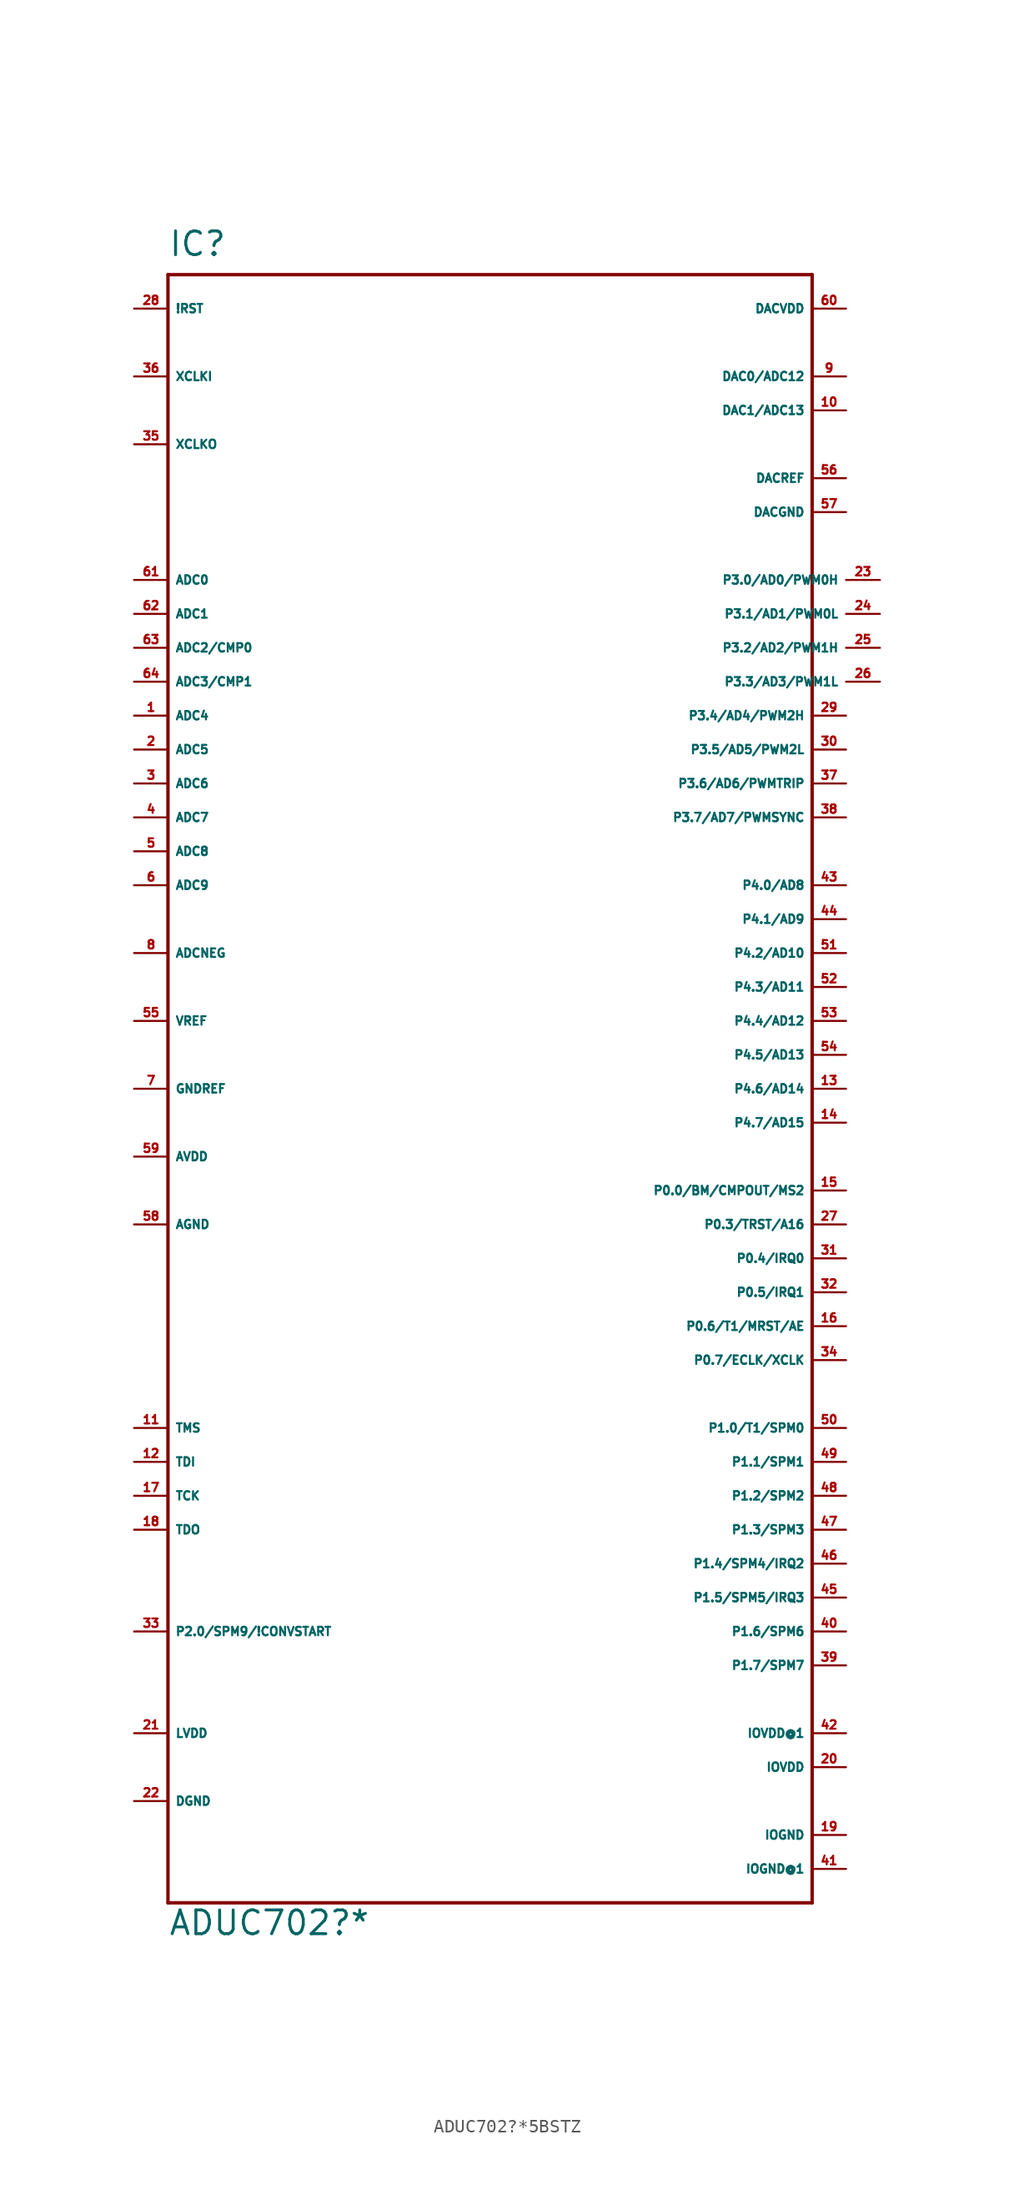
<source format=kicad_sym>
(kicad_symbol_lib
  (version 20220914)
  (generator Eagle2Kicad)
  (symbol "ADUC702?*5BSTZ"
    (property "Reference" "IC"
      (at -22.86 59.69 0)
      (effects (font (size 1.778 1.778) (thickness 0.22)) (justify left bottom)))
    (property "Value" "ADUC702?*"
      (at -22.86 -66.04 0)
      (effects (font (size 1.778 1.778) (thickness 0.22)) (justify left bottom)))
    (polyline
      (pts (xy -22.86 58.42) (xy 25.4 58.42))
      (stroke (width 0.254) (type default))
      (fill (type none)))
    (polyline
      (pts (xy 25.4 58.42) (xy 25.4 -63.5))
      (stroke (width 0.254) (type default))
      (fill (type none)))
    (polyline
      (pts (xy 25.4 -63.5) (xy -22.86 -63.5))
      (stroke (width 0.254) (type default))
      (fill (type none)))
    (polyline
      (pts (xy -22.86 -63.5) (xy -22.86 58.42))
      (stroke (width 0.254) (type default))
      (fill (type none)))
    (pin input line
      (at -25.4 35.56 0)
      (length 2.54)
      (name "ADC0" (effects (font (size 0.635 0.635) (thickness 0.08)) (justify left bottom)))
      (number "61" (effects (font (size 0.635 0.635) (thickness 0.08)) (justify left bottom))))
    (pin input line
      (at -25.4 33.02 0)
      (length 2.54)
      (name "ADC1" (effects (font (size 0.635 0.635) (thickness 0.08)) (justify left bottom)))
      (number "62" (effects (font (size 0.635 0.635) (thickness 0.08)) (justify left bottom))))
    (pin input line
      (at -25.4 30.48 0)
      (length 2.54)
      (name "ADC2/CMP0" (effects (font (size 0.635 0.635) (thickness 0.08)) (justify left bottom)))
      (number "63" (effects (font (size 0.635 0.635) (thickness 0.08)) (justify left bottom))))
    (pin input line
      (at -25.4 27.94 0)
      (length 2.54)
      (name "ADC3/CMP1" (effects (font (size 0.635 0.635) (thickness 0.08)) (justify left bottom)))
      (number "64" (effects (font (size 0.635 0.635) (thickness 0.08)) (justify left bottom))))
    (pin input line
      (at -25.4 25.4 0)
      (length 2.54)
      (name "ADC4" (effects (font (size 0.635 0.635) (thickness 0.08)) (justify left bottom)))
      (number "1" (effects (font (size 0.635 0.635) (thickness 0.08)) (justify left bottom))))
    (pin input line
      (at -25.4 22.86 0)
      (length 2.54)
      (name "ADC5" (effects (font (size 0.635 0.635) (thickness 0.08)) (justify left bottom)))
      (number "2" (effects (font (size 0.635 0.635) (thickness 0.08)) (justify left bottom))))
    (pin input line
      (at -25.4 20.32 0)
      (length 2.54)
      (name "ADC6" (effects (font (size 0.635 0.635) (thickness 0.08)) (justify left bottom)))
      (number "3" (effects (font (size 0.635 0.635) (thickness 0.08)) (justify left bottom))))
    (pin input line
      (at -25.4 17.78 0)
      (length 2.54)
      (name "ADC7" (effects (font (size 0.635 0.635) (thickness 0.08)) (justify left bottom)))
      (number "4" (effects (font (size 0.635 0.635) (thickness 0.08)) (justify left bottom))))
    (pin input line
      (at -25.4 15.24 0)
      (length 2.54)
      (name "ADC8" (effects (font (size 0.635 0.635) (thickness 0.08)) (justify left bottom)))
      (number "5" (effects (font (size 0.635 0.635) (thickness 0.08)) (justify left bottom))))
    (pin input line
      (at -25.4 12.7 0)
      (length 2.54)
      (name "ADC9" (effects (font (size 0.635 0.635) (thickness 0.08)) (justify left bottom)))
      (number "6" (effects (font (size 0.635 0.635) (thickness 0.08)) (justify left bottom))))
    (pin passive line
      (at -25.4 2.54 0)
      (length 2.54)
      (name "VREF" (effects (font (size 0.635 0.635) (thickness 0.08)) (justify left bottom)))
      (number "55" (effects (font (size 0.635 0.635) (thickness 0.08)) (justify left bottom))))
    (pin input line
      (at -25.4 55.88 0)
      (length 2.54)
      (name "!RST" (effects (font (size 0.635 0.635) (thickness 0.08)) (justify left bottom)))
      (number "28" (effects (font (size 0.635 0.635) (thickness 0.08)) (justify left bottom))))
    (pin input line
      (at -25.4 50.8 0)
      (length 2.54)
      (name "XCLKI" (effects (font (size 0.635 0.635) (thickness 0.08)) (justify left bottom)))
      (number "36" (effects (font (size 0.635 0.635) (thickness 0.08)) (justify left bottom))))
    (pin output line
      (at -25.4 45.72 0)
      (length 2.54)
      (name "XCLKO" (effects (font (size 0.635 0.635) (thickness 0.08)) (justify left bottom)))
      (number "35" (effects (font (size 0.635 0.635) (thickness 0.08)) (justify left bottom))))
    (pin input line
      (at 27.94 50.8 180)
      (length 2.54)
      (name "DAC0/ADC12" (effects (font (size 0.635 0.635) (thickness 0.08)) (justify left bottom)))
      (number "9" (effects (font (size 0.635 0.635) (thickness 0.08)) (justify left bottom))))
    (pin input line
      (at 27.94 48.26 180)
      (length 2.54)
      (name "DAC1/ADC13" (effects (font (size 0.635 0.635) (thickness 0.08)) (justify left bottom)))
      (number "10" (effects (font (size 0.635 0.635) (thickness 0.08)) (justify left bottom))))
    (pin output line
      (at 30.48 35.56 180)
      (length 2.54)
      (name "P3.0/AD0/PWM0H" (effects (font (size 0.635 0.635) (thickness 0.08)) (justify left bottom)))
      (number "23" (effects (font (size 0.635 0.635) (thickness 0.08)) (justify left bottom))))
    (pin output line
      (at 30.48 33.02 180)
      (length 2.54)
      (name "P3.1/AD1/PWM0L" (effects (font (size 0.635 0.635) (thickness 0.08)) (justify left bottom)))
      (number "24" (effects (font (size 0.635 0.635) (thickness 0.08)) (justify left bottom))))
    (pin output line
      (at 30.48 30.48 180)
      (length 2.54)
      (name "P3.2/AD2/PWM1H" (effects (font (size 0.635 0.635) (thickness 0.08)) (justify left bottom)))
      (number "25" (effects (font (size 0.635 0.635) (thickness 0.08)) (justify left bottom))))
    (pin output line
      (at 30.48 27.94 180)
      (length 2.54)
      (name "P3.3/AD3/PWM1L" (effects (font (size 0.635 0.635) (thickness 0.08)) (justify left bottom)))
      (number "26" (effects (font (size 0.635 0.635) (thickness 0.08)) (justify left bottom))))
    (pin output line
      (at 27.94 25.4 180)
      (length 2.54)
      (name "P3.4/AD4/PWM2H" (effects (font (size 0.635 0.635) (thickness 0.08)) (justify left bottom)))
      (number "29" (effects (font (size 0.635 0.635) (thickness 0.08)) (justify left bottom))))
    (pin output line
      (at 27.94 22.86 180)
      (length 2.54)
      (name "P3.5/AD5/PWM2L" (effects (font (size 0.635 0.635) (thickness 0.08)) (justify left bottom)))
      (number "30" (effects (font (size 0.635 0.635) (thickness 0.08)) (justify left bottom))))
    (pin input line
      (at -25.4 -2.54 0)
      (length 2.54)
      (name "GNDREF" (effects (font (size 0.635 0.635) (thickness 0.08)) (justify left bottom)))
      (number "7" (effects (font (size 0.635 0.635) (thickness 0.08)) (justify left bottom))))
    (pin unspecified line
      (at -25.4 -12.7 0)
      (length 2.54)
      (name "AGND" (effects (font (size 0.635 0.635) (thickness 0.08)) (justify left bottom)))
      (number "58" (effects (font (size 0.635 0.635) (thickness 0.08)) (justify left bottom))))
    (pin unspecified line
      (at -25.4 -7.62 0)
      (length 2.54)
      (name "AVDD" (effects (font (size 0.635 0.635) (thickness 0.08)) (justify left bottom)))
      (number "59" (effects (font (size 0.635 0.635) (thickness 0.08)) (justify left bottom))))
    (pin unspecified line
      (at 27.94 -58.42 180)
      (length 2.54)
      (name "IOGND" (effects (font (size 0.635 0.635) (thickness 0.08)) (justify left bottom)))
      (number "19" (effects (font (size 0.635 0.635) (thickness 0.08)) (justify left bottom))))
    (pin unspecified line
      (at 27.94 -53.34 180)
      (length 2.54)
      (name "IOVDD" (effects (font (size 0.635 0.635) (thickness 0.08)) (justify left bottom)))
      (number "20" (effects (font (size 0.635 0.635) (thickness 0.08)) (justify left bottom))))
    (pin unspecified line
      (at 27.94 -50.8 180)
      (length 2.54)
      (name "IOVDD@1" (effects (font (size 0.635 0.635) (thickness 0.08)) (justify left bottom)))
      (number "42" (effects (font (size 0.635 0.635) (thickness 0.08)) (justify left bottom))))
    (pin unspecified line
      (at 27.94 -60.96 180)
      (length 2.54)
      (name "IOGND@1" (effects (font (size 0.635 0.635) (thickness 0.08)) (justify left bottom)))
      (number "41" (effects (font (size 0.635 0.635) (thickness 0.08)) (justify left bottom))))
    (pin unspecified line
      (at -25.4 -55.88 0)
      (length 2.54)
      (name "DGND" (effects (font (size 0.635 0.635) (thickness 0.08)) (justify left bottom)))
      (number "22" (effects (font (size 0.635 0.635) (thickness 0.08)) (justify left bottom))))
    (pin output line
      (at -25.4 -50.8 0)
      (length 2.54)
      (name "LVDD" (effects (font (size 0.635 0.635) (thickness 0.08)) (justify left bottom)))
      (number "21" (effects (font (size 0.635 0.635) (thickness 0.08)) (justify left bottom))))
    (pin unspecified line
      (at 27.94 55.88 180)
      (length 2.54)
      (name "DACVDD" (effects (font (size 0.635 0.635) (thickness 0.08)) (justify left bottom)))
      (number "60" (effects (font (size 0.635 0.635) (thickness 0.08)) (justify left bottom))))
    (pin unspecified line
      (at 27.94 40.64 180)
      (length 2.54)
      (name "DACGND" (effects (font (size 0.635 0.635) (thickness 0.08)) (justify left bottom)))
      (number "57" (effects (font (size 0.635 0.635) (thickness 0.08)) (justify left bottom))))
    (pin output line
      (at 27.94 20.32 180)
      (length 2.54)
      (name "P3.6/AD6/PWMTRIP" (effects (font (size 0.635 0.635) (thickness 0.08)) (justify left bottom)))
      (number "37" (effects (font (size 0.635 0.635) (thickness 0.08)) (justify left bottom))))
    (pin output line
      (at 27.94 17.78 180)
      (length 2.54)
      (name "P3.7/AD7/PWMSYNC" (effects (font (size 0.635 0.635) (thickness 0.08)) (justify left bottom)))
      (number "38" (effects (font (size 0.635 0.635) (thickness 0.08)) (justify left bottom))))
    (pin bidirectional line
      (at 27.94 -22.86 180)
      (length 2.54)
      (name "P0.7/ECLK/XCLK" (effects (font (size 0.635 0.635) (thickness 0.08)) (justify left bottom)))
      (number "34" (effects (font (size 0.635 0.635) (thickness 0.08)) (justify left bottom))))
    (pin bidirectional line
      (at 27.94 -15.24 180)
      (length 2.54)
      (name "P0.4/IRQ0" (effects (font (size 0.635 0.635) (thickness 0.08)) (justify left bottom)))
      (number "31" (effects (font (size 0.635 0.635) (thickness 0.08)) (justify left bottom))))
    (pin bidirectional line
      (at 27.94 -17.78 180)
      (length 2.54)
      (name "P0.5/IRQ1" (effects (font (size 0.635 0.635) (thickness 0.08)) (justify left bottom)))
      (number "32" (effects (font (size 0.635 0.635) (thickness 0.08)) (justify left bottom))))
    (pin bidirectional line
      (at 27.94 -12.7 180)
      (length 2.54)
      (name "P0.3/TRST/A16" (effects (font (size 0.635 0.635) (thickness 0.08)) (justify left bottom)))
      (number "27" (effects (font (size 0.635 0.635) (thickness 0.08)) (justify left bottom))))
    (pin bidirectional line
      (at 27.94 -20.32 180)
      (length 2.54)
      (name "P0.6/T1/MRST/AE" (effects (font (size 0.635 0.635) (thickness 0.08)) (justify left bottom)))
      (number "16" (effects (font (size 0.635 0.635) (thickness 0.08)) (justify left bottom))))
    (pin bidirectional line
      (at 27.94 -10.16 180)
      (length 2.54)
      (name "P0.0/BM/CMPOUT/MS2" (effects (font (size 0.635 0.635) (thickness 0.08)) (justify left bottom)))
      (number "15" (effects (font (size 0.635 0.635) (thickness 0.08)) (justify left bottom))))
    (pin bidirectional line
      (at -25.4 -43.18 0)
      (length 2.54)
      (name "P2.0/SPM9/!CONVSTART" (effects (font (size 0.635 0.635) (thickness 0.08)) (justify left bottom)))
      (number "33" (effects (font (size 0.635 0.635) (thickness 0.08)) (justify left bottom))))
    (pin bidirectional line
      (at 27.94 12.7 180)
      (length 2.54)
      (name "P4.0/AD8" (effects (font (size 0.635 0.635) (thickness 0.08)) (justify left bottom)))
      (number "43" (effects (font (size 0.635 0.635) (thickness 0.08)) (justify left bottom))))
    (pin bidirectional line
      (at 27.94 10.16 180)
      (length 2.54)
      (name "P4.1/AD9" (effects (font (size 0.635 0.635) (thickness 0.08)) (justify left bottom)))
      (number "44" (effects (font (size 0.635 0.635) (thickness 0.08)) (justify left bottom))))
    (pin bidirectional line
      (at 27.94 7.62 180)
      (length 2.54)
      (name "P4.2/AD10" (effects (font (size 0.635 0.635) (thickness 0.08)) (justify left bottom)))
      (number "51" (effects (font (size 0.635 0.635) (thickness 0.08)) (justify left bottom))))
    (pin bidirectional line
      (at 27.94 5.08 180)
      (length 2.54)
      (name "P4.3/AD11" (effects (font (size 0.635 0.635) (thickness 0.08)) (justify left bottom)))
      (number "52" (effects (font (size 0.635 0.635) (thickness 0.08)) (justify left bottom))))
    (pin bidirectional line
      (at 27.94 2.54 180)
      (length 2.54)
      (name "P4.4/AD12" (effects (font (size 0.635 0.635) (thickness 0.08)) (justify left bottom)))
      (number "53" (effects (font (size 0.635 0.635) (thickness 0.08)) (justify left bottom))))
    (pin bidirectional line
      (at 27.94 0 180)
      (length 2.54)
      (name "P4.5/AD13" (effects (font (size 0.635 0.635) (thickness 0.08)) (justify left bottom)))
      (number "54" (effects (font (size 0.635 0.635) (thickness 0.08)) (justify left bottom))))
    (pin bidirectional line
      (at 27.94 -2.54 180)
      (length 2.54)
      (name "P4.6/AD14" (effects (font (size 0.635 0.635) (thickness 0.08)) (justify left bottom)))
      (number "13" (effects (font (size 0.635 0.635) (thickness 0.08)) (justify left bottom))))
    (pin bidirectional line
      (at 27.94 -5.08 180)
      (length 2.54)
      (name "P4.7/AD15" (effects (font (size 0.635 0.635) (thickness 0.08)) (justify left bottom)))
      (number "14" (effects (font (size 0.635 0.635) (thickness 0.08)) (justify left bottom))))
    (pin bidirectional line
      (at 27.94 -27.94 180)
      (length 2.54)
      (name "P1.0/T1/SPM0" (effects (font (size 0.635 0.635) (thickness 0.08)) (justify left bottom)))
      (number "50" (effects (font (size 0.635 0.635) (thickness 0.08)) (justify left bottom))))
    (pin bidirectional line
      (at 27.94 -30.48 180)
      (length 2.54)
      (name "P1.1/SPM1" (effects (font (size 0.635 0.635) (thickness 0.08)) (justify left bottom)))
      (number "49" (effects (font (size 0.635 0.635) (thickness 0.08)) (justify left bottom))))
    (pin bidirectional line
      (at 27.94 -33.02 180)
      (length 2.54)
      (name "P1.2/SPM2" (effects (font (size 0.635 0.635) (thickness 0.08)) (justify left bottom)))
      (number "48" (effects (font (size 0.635 0.635) (thickness 0.08)) (justify left bottom))))
    (pin bidirectional line
      (at 27.94 -35.56 180)
      (length 2.54)
      (name "P1.3/SPM3" (effects (font (size 0.635 0.635) (thickness 0.08)) (justify left bottom)))
      (number "47" (effects (font (size 0.635 0.635) (thickness 0.08)) (justify left bottom))))
    (pin bidirectional line
      (at 27.94 -38.1 180)
      (length 2.54)
      (name "P1.4/SPM4/IRQ2" (effects (font (size 0.635 0.635) (thickness 0.08)) (justify left bottom)))
      (number "46" (effects (font (size 0.635 0.635) (thickness 0.08)) (justify left bottom))))
    (pin bidirectional line
      (at 27.94 -40.64 180)
      (length 2.54)
      (name "P1.5/SPM5/IRQ3" (effects (font (size 0.635 0.635) (thickness 0.08)) (justify left bottom)))
      (number "45" (effects (font (size 0.635 0.635) (thickness 0.08)) (justify left bottom))))
    (pin bidirectional line
      (at 27.94 -43.18 180)
      (length 2.54)
      (name "P1.6/SPM6" (effects (font (size 0.635 0.635) (thickness 0.08)) (justify left bottom)))
      (number "40" (effects (font (size 0.635 0.635) (thickness 0.08)) (justify left bottom))))
    (pin bidirectional line
      (at 27.94 -45.72 180)
      (length 2.54)
      (name "P1.7/SPM7" (effects (font (size 0.635 0.635) (thickness 0.08)) (justify left bottom)))
      (number "39" (effects (font (size 0.635 0.635) (thickness 0.08)) (justify left bottom))))
    (pin input line
      (at -25.4 7.62 0)
      (length 2.54)
      (name "ADCNEG" (effects (font (size 0.635 0.635) (thickness 0.08)) (justify left bottom)))
      (number "8" (effects (font (size 0.635 0.635) (thickness 0.08)) (justify left bottom))))
    (pin input line
      (at -25.4 -27.94 0)
      (length 2.54)
      (name "TMS" (effects (font (size 0.635 0.635) (thickness 0.08)) (justify left bottom)))
      (number "11" (effects (font (size 0.635 0.635) (thickness 0.08)) (justify left bottom))))
    (pin input line
      (at -25.4 -30.48 0)
      (length 2.54)
      (name "TDI" (effects (font (size 0.635 0.635) (thickness 0.08)) (justify left bottom)))
      (number "12" (effects (font (size 0.635 0.635) (thickness 0.08)) (justify left bottom))))
    (pin input line
      (at -25.4 -33.02 0)
      (length 2.54)
      (name "TCK" (effects (font (size 0.635 0.635) (thickness 0.08)) (justify left bottom)))
      (number "17" (effects (font (size 0.635 0.635) (thickness 0.08)) (justify left bottom))))
    (pin output line
      (at -25.4 -35.56 0)
      (length 2.54)
      (name "TDO" (effects (font (size 0.635 0.635) (thickness 0.08)) (justify left bottom)))
      (number "18" (effects (font (size 0.635 0.635) (thickness 0.08)) (justify left bottom))))
    (pin input line
      (at 27.94 43.18 180)
      (length 2.54)
      (name "DACREF" (effects (font (size 0.635 0.635) (thickness 0.08)) (justify left bottom)))
      (number "56" (effects (font (size 0.635 0.635) (thickness 0.08)) (justify left bottom))))))
</source>
